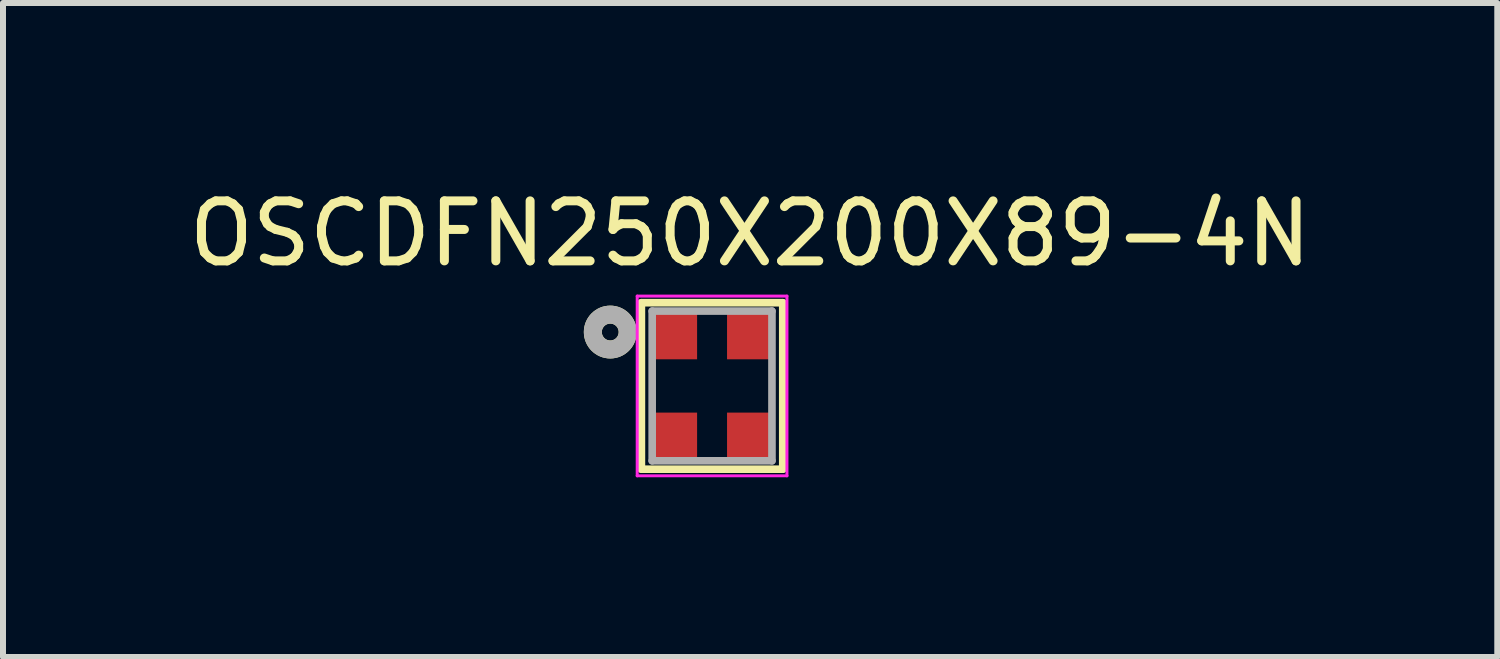
<source format=kicad_pcb>
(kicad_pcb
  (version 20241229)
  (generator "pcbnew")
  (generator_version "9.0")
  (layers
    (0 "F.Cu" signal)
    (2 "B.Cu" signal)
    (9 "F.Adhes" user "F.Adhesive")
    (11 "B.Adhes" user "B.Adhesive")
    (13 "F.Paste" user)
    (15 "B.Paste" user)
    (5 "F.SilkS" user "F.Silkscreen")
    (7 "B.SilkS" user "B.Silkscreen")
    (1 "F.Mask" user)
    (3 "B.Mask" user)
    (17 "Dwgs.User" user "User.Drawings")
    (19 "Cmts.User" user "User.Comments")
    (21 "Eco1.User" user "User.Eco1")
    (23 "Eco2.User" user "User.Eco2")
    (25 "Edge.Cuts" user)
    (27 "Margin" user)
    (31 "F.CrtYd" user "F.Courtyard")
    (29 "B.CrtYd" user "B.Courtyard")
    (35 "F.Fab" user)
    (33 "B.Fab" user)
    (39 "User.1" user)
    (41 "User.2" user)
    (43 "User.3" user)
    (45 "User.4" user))
  (footprint "OSCDFN250X200X89-4N"
    (layer "F.Cu")
    (at 8.839 3.394)
    (property "Reference" "OSCDFN250X200X89-4N" (at 0.636 -2.544 0) (layer "F.SilkS") (effects (font (size 1.002 1.002) (thickness 0.15))))
    (attr through_hole)
    (fp_line (start -1.18 -1.39) (end 1.18 -1.39) (stroke (width 0.127) (type solid)) (layer "F.SilkS"))
    (fp_line (start -1.18 1.39) (end -1.18 -1.39) (stroke (width 0.127) (type solid)) (layer "F.SilkS"))
    (fp_line (start 1.18 -1.39) (end 1.18 1.39) (stroke (width 0.127) (type solid)) (layer "F.SilkS"))
    (fp_line (start 1.18 1.39) (end -1.18 1.39) (stroke (width 0.127) (type solid)) (layer "F.SilkS"))
    (fp_circle (center -1.7 -0.9) (end -1.559 -0.9) (stroke (width 0.3) (type solid)) (fill no) (layer "F.SilkS"))
    (fp_line (start -1.25 -1.5) (end 1.25 -1.5) (stroke (width 0.05) (type solid)) (layer "F.CrtYd"))
    (fp_line (start -1.25 1.5) (end -1.25 -1.5) (stroke (width 0.05) (type solid)) (layer "F.CrtYd"))
    (fp_line (start 1.25 -1.5) (end 1.25 1.5) (stroke (width 0.05) (type solid)) (layer "F.CrtYd"))
    (fp_line (start 1.25 1.5) (end -1.25 1.5) (stroke (width 0.05) (type solid)) (layer "F.CrtYd"))
    (fp_line (start -1 -1.25) (end 1 -1.25) (stroke (width 0.127) (type solid)) (layer "F.Fab"))
    (fp_line (start -1 1.25) (end -1 -1.25) (stroke (width 0.127) (type solid)) (layer "F.Fab"))
    (fp_line (start 1 -1.25) (end 1 1.25) (stroke (width 0.127) (type solid)) (layer "F.Fab"))
    (fp_line (start 1 1.25) (end -1 1.25) (stroke (width 0.127) (type solid)) (layer "F.Fab"))
    (fp_circle (center -1.7 -0.9) (end -1.559 -0.9) (stroke (width 0.3) (type solid)) (fill no) (layer "F.Fab"))
    (pad "1" smd rect (at -0.625 -0.825 270) (size 0.76 0.75) (layers "F.Cu" "F.Mask" "F.Paste"))
    (pad "2" smd rect (at -0.625 0.825 270) (size 0.76 0.75) (layers "F.Cu" "F.Mask" "F.Paste"))
    (pad "3" smd rect (at 0.625 0.825 270) (size 0.76 0.75) (layers "F.Cu" "F.Mask" "F.Paste"))
    (pad "4" smd rect (at 0.625 -0.825 270) (size 0.76 0.75) (layers "F.Cu" "F.Mask" "F.Paste")))
  (gr_rect
    (start -3 -3)
    (end 21.949 7.919)
    (stroke (width 0.1) (type default))
    (fill no)
    (layer "Edge.Cuts")))
</source>
